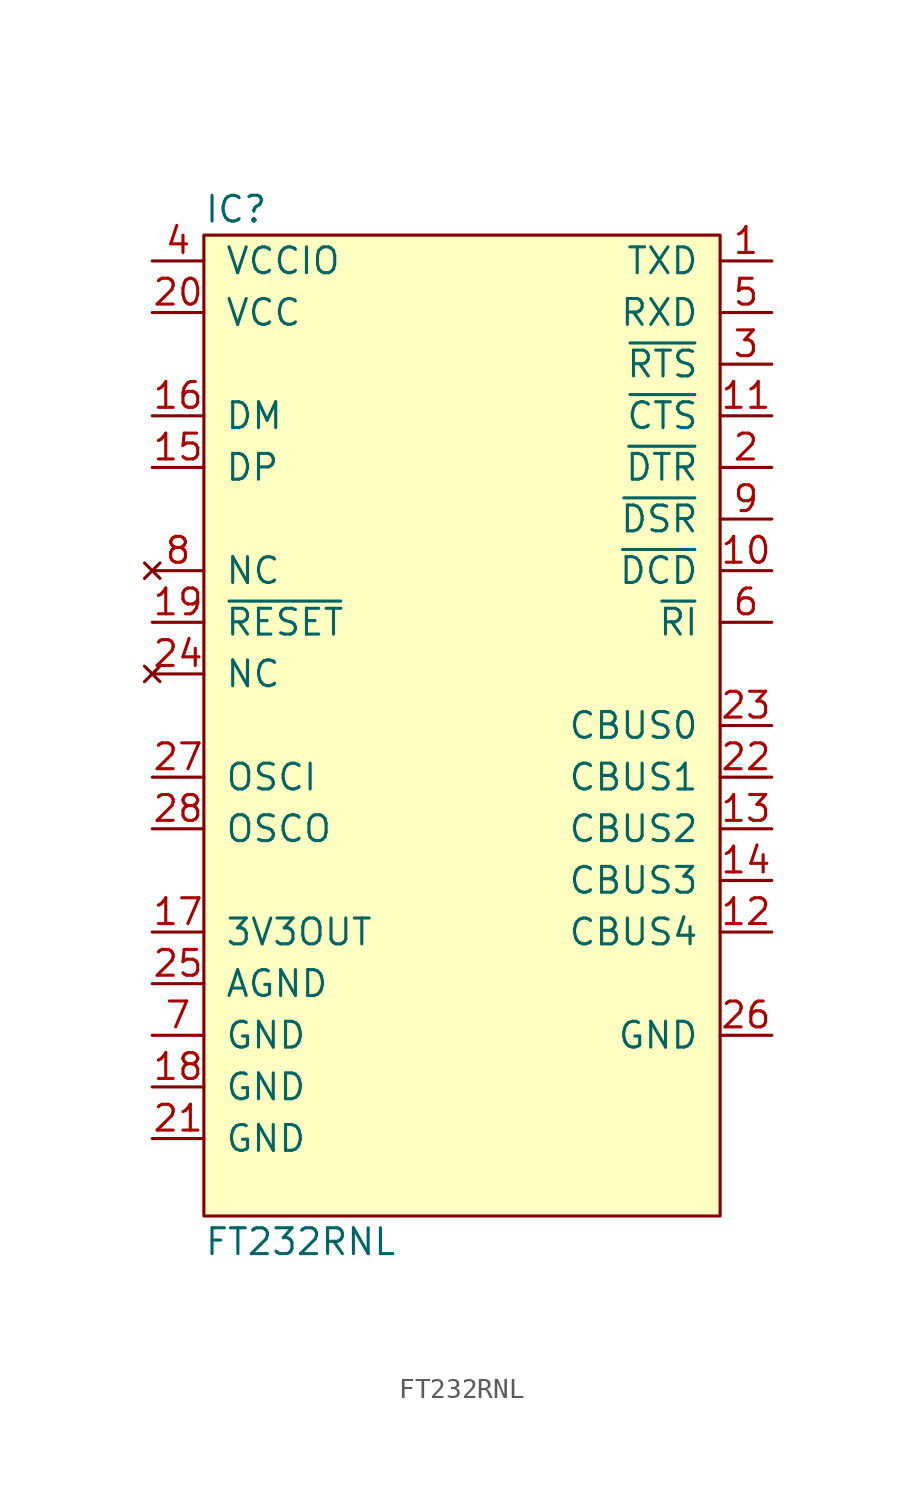
<source format=kicad_sym>
(kicad_symbol_lib
  (version 20211014)
  (generator agg_kicad.build_lib_ic)
  (symbol "FT232RNL"
    (pin_names
      (offset 1.016))
    (property Reference IC
      (at -12.7 25.4 0)
      (effects (font (size 1.27 1.27)) (justify left)))
    (property Value "FT232RNL"
      (at -12.7 -25.4 0)
      (effects (font (size 1.27 1.27)) (justify left)))
    (symbol "FT232RNL_0_0"
      (rectangle (start -12.7 24.13) (end 12.7 -24.13) (stroke (width 0) (type default) (color 0 0 0 0)) (fill (type background)))
      (pin power_in line (at -15.24 22.86 0) (length 2.54) (name VCCIO (effects (font (size 1.27 1.27)))) (number "4" (effects (font (size 1.27 1.27)))))
      (pin power_in line (at -15.24 20.32 0) (length 2.54) (name VCC (effects (font (size 1.27 1.27)))) (number "20" (effects (font (size 1.27 1.27)))))
      (pin bidirectional line (at -15.24 15.24 0) (length 2.54) (name DM (effects (font (size 1.27 1.27)))) (number "16" (effects (font (size 1.27 1.27)))))
      (pin bidirectional line (at -15.24 12.7 0) (length 2.54) (name DP (effects (font (size 1.27 1.27)))) (number "15" (effects (font (size 1.27 1.27)))))
      (pin no_connect line (at -15.24 7.62 0) (length 2.54) (name NC (effects (font (size 1.27 1.27)))) (number "8" (effects (font (size 1.27 1.27)))))
      (pin input line (at -15.24 5.08 0) (length 2.54) (name "~{RESET}" (effects (font (size 1.27 1.27)))) (number "19" (effects (font (size 1.27 1.27)))))
      (pin no_connect line (at -15.24 2.54 0) (length 2.54) (name NC (effects (font (size 1.27 1.27)))) (number "24" (effects (font (size 1.27 1.27)))))
      (pin input line (at -15.24 -2.54 0) (length 2.54) (name OSCI (effects (font (size 1.27 1.27)))) (number "27" (effects (font (size 1.27 1.27)))))
      (pin output line (at -15.24 -5.08 0) (length 2.54) (name OSCO (effects (font (size 1.27 1.27)))) (number "28" (effects (font (size 1.27 1.27)))))
      (pin power_in line (at -15.24 -10.16 0) (length 2.54) (name "3V3OUT" (effects (font (size 1.27 1.27)))) (number "17" (effects (font (size 1.27 1.27)))))
      (pin power_in line (at -15.24 -12.7 0) (length 2.54) (name AGND (effects (font (size 1.27 1.27)))) (number "25" (effects (font (size 1.27 1.27)))))
      (pin power_in line (at -15.24 -15.24 0) (length 2.54) (name GND (effects (font (size 1.27 1.27)))) (number "7" (effects (font (size 1.27 1.27)))))
      (pin power_in line (at -15.24 -17.78 0) (length 2.54) (name GND (effects (font (size 1.27 1.27)))) (number "18" (effects (font (size 1.27 1.27)))))
      (pin power_in line (at -15.24 -20.32 0) (length 2.54) (name GND (effects (font (size 1.27 1.27)))) (number "21" (effects (font (size 1.27 1.27)))))
      (pin bidirectional line (at 15.24 22.86 180) (length 2.54) (name TXD (effects (font (size 1.27 1.27)))) (number "1" (effects (font (size 1.27 1.27)))))
      (pin bidirectional line (at 15.24 20.32 180) (length 2.54) (name RXD (effects (font (size 1.27 1.27)))) (number "5" (effects (font (size 1.27 1.27)))))
      (pin bidirectional line (at 15.24 17.78 180) (length 2.54) (name "~{RTS}" (effects (font (size 1.27 1.27)))) (number "3" (effects (font (size 1.27 1.27)))))
      (pin bidirectional line (at 15.24 15.24 180) (length 2.54) (name "~{CTS}" (effects (font (size 1.27 1.27)))) (number "11" (effects (font (size 1.27 1.27)))))
      (pin bidirectional line (at 15.24 12.7 180) (length 2.54) (name "~{DTR}" (effects (font (size 1.27 1.27)))) (number "2" (effects (font (size 1.27 1.27)))))
      (pin bidirectional line (at 15.24 10.16 180) (length 2.54) (name "~{DSR}" (effects (font (size 1.27 1.27)))) (number "9" (effects (font (size 1.27 1.27)))))
      (pin bidirectional line (at 15.24 7.62 180) (length 2.54) (name "~{DCD}" (effects (font (size 1.27 1.27)))) (number "10" (effects (font (size 1.27 1.27)))))
      (pin bidirectional line (at 15.24 5.08 180) (length 2.54) (name "~{RI}" (effects (font (size 1.27 1.27)))) (number "6" (effects (font (size 1.27 1.27)))))
      (pin bidirectional line (at 15.24 0 180) (length 2.54) (name "CBUS0" (effects (font (size 1.27 1.27)))) (number "23" (effects (font (size 1.27 1.27)))))
      (pin bidirectional line (at 15.24 -2.54 180) (length 2.54) (name "CBUS1" (effects (font (size 1.27 1.27)))) (number "22" (effects (font (size 1.27 1.27)))))
      (pin bidirectional line (at 15.24 -5.08 180) (length 2.54) (name "CBUS2" (effects (font (size 1.27 1.27)))) (number "13" (effects (font (size 1.27 1.27)))))
      (pin bidirectional line (at 15.24 -7.62 180) (length 2.54) (name "CBUS3" (effects (font (size 1.27 1.27)))) (number "14" (effects (font (size 1.27 1.27)))))
      (pin bidirectional line (at 15.24 -10.16 180) (length 2.54) (name "CBUS4" (effects (font (size 1.27 1.27)))) (number "12" (effects (font (size 1.27 1.27)))))
      (pin power_in line (at 15.24 -15.24 180) (length 2.54) (name GND (effects (font (size 1.27 1.27)))) (number "26" (effects (font (size 1.27 1.27))))))))
</source>
